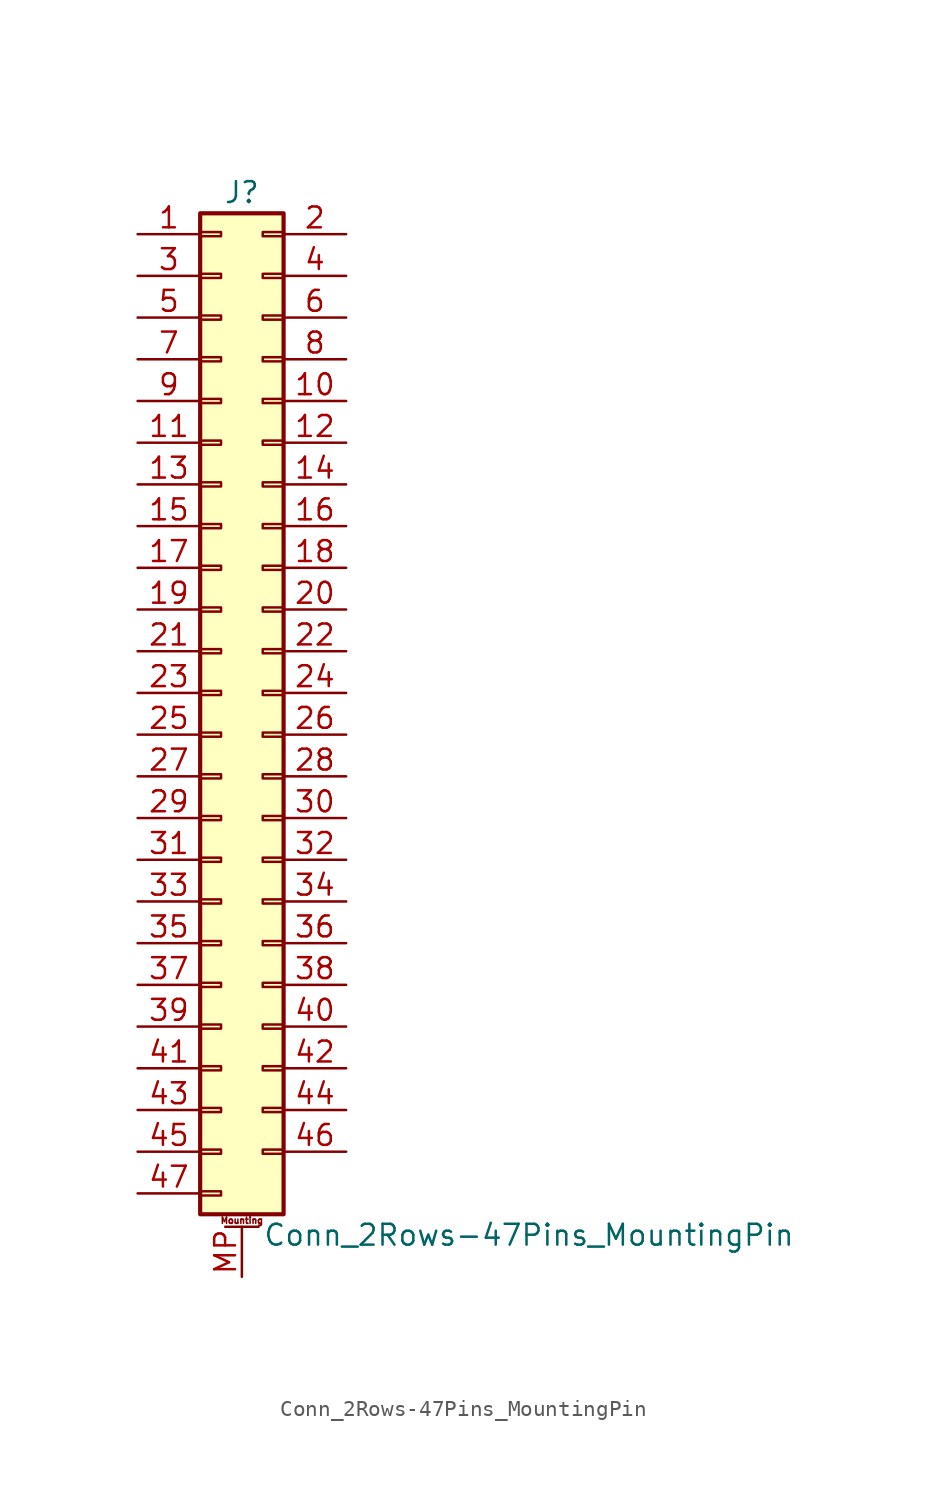
<source format=kicad_sym>
(kicad_symbol_lib
  (version 20201005)
  (generator kicad_symbol_editor)
  (symbol "Connector_Generic_MountingPin:Conn_2Rows-47Pins_MountingPin"
    (pin_names
      (offset 1.016) hide)
    (property "Reference" "J"
      (at 1.27 30.48 0)
      (effects (font (size 1.27 1.27))))
    (property "Value" "Conn_2Rows-47Pins_MountingPin"
      (at 2.54 -33.02 0)
      (effects (font (size 1.27 1.27)) (justify left)))
    (symbol "Conn_2Rows-47Pins_MountingPin_1_1"
      (text "Mounting" (at 1.27 -32.131 0) (effects (font (size 0.381 0.381))))
      (rectangle (start -1.27 -27.813) (end 0 -28.067) (stroke (width 0.152)) (fill (type none)))
      (rectangle (start -1.27 -30.353) (end 0 -30.607) (stroke (width 0.152)) (fill (type none)))
      (rectangle (start -1.27 -4.953) (end 0 -5.207) (stroke (width 0.152)) (fill (type none)))
      (rectangle (start -1.27 -7.493) (end 0 -7.747) (stroke (width 0.152)) (fill (type none)))
      (rectangle (start -1.27 -10.033) (end 0 -10.287) (stroke (width 0.152)) (fill (type none)))
      (rectangle (start -1.27 -12.573) (end 0 -12.827) (stroke (width 0.152)) (fill (type none)))
      (rectangle (start -1.27 -15.113) (end 0 -15.367) (stroke (width 0.152)) (fill (type none)))
      (rectangle (start -1.27 -17.653) (end 0 -17.907) (stroke (width 0.152)) (fill (type none)))
      (rectangle (start -1.27 -20.193) (end 0 -20.447) (stroke (width 0.152)) (fill (type none)))
      (rectangle (start -1.27 -22.733) (end 0 -22.987) (stroke (width 0.152)) (fill (type none)))
      (rectangle (start -1.27 -2.413) (end 0 -2.667) (stroke (width 0.152)) (fill (type none)))
      (rectangle (start -1.27 -25.273) (end 0 -25.527) (stroke (width 0.152)) (fill (type none)))
      (rectangle (start -1.27 25.527) (end 0 25.273) (stroke (width 0.152)) (fill (type none)))
      (rectangle (start -1.27 2.667) (end 0 2.413) (stroke (width 0.152)) (fill (type none)))
      (rectangle (start -1.27 28.067) (end 0 27.813) (stroke (width 0.152)) (fill (type none)))
      (rectangle (start -1.27 29.21) (end 3.81 -31.75) (stroke (width 0.254)) (fill (type background)))
      (rectangle (start -1.27 5.207) (end 0 4.953) (stroke (width 0.152)) (fill (type none)))
      (rectangle (start -1.27 7.747) (end 0 7.493) (stroke (width 0.152)) (fill (type none)))
      (rectangle (start -1.27 10.287) (end 0 10.033) (stroke (width 0.152)) (fill (type none)))
      (rectangle (start -1.27 0.127) (end 0 -0.127) (stroke (width 0.152)) (fill (type none)))
      (rectangle (start -1.27 12.827) (end 0 12.573) (stroke (width 0.152)) (fill (type none)))
      (rectangle (start -1.27 15.367) (end 0 15.113) (stroke (width 0.152)) (fill (type none)))
      (rectangle (start -1.27 17.907) (end 0 17.653) (stroke (width 0.152)) (fill (type none)))
      (rectangle (start -1.27 20.447) (end 0 20.193) (stroke (width 0.152)) (fill (type none)))
      (rectangle (start -1.27 22.987) (end 0 22.733) (stroke (width 0.152)) (fill (type none)))
      (rectangle (start 3.81 -27.813) (end 2.54 -28.067) (stroke (width 0.152)) (fill (type none)))
      (rectangle (start 3.81 -4.953) (end 2.54 -5.207) (stroke (width 0.152)) (fill (type none)))
      (rectangle (start 3.81 -7.493) (end 2.54 -7.747) (stroke (width 0.152)) (fill (type none)))
      (rectangle (start 3.81 -10.033) (end 2.54 -10.287) (stroke (width 0.152)) (fill (type none)))
      (rectangle (start 3.81 -12.573) (end 2.54 -12.827) (stroke (width 0.152)) (fill (type none)))
      (rectangle (start 3.81 -15.113) (end 2.54 -15.367) (stroke (width 0.152)) (fill (type none)))
      (rectangle (start 3.81 -17.653) (end 2.54 -17.907) (stroke (width 0.152)) (fill (type none)))
      (rectangle (start 3.81 -20.193) (end 2.54 -20.447) (stroke (width 0.152)) (fill (type none)))
      (rectangle (start 3.81 -22.733) (end 2.54 -22.987) (stroke (width 0.152)) (fill (type none)))
      (rectangle (start 3.81 -2.413) (end 2.54 -2.667) (stroke (width 0.152)) (fill (type none)))
      (rectangle (start 3.81 -25.273) (end 2.54 -25.527) (stroke (width 0.152)) (fill (type none)))
      (rectangle (start 3.81 25.527) (end 2.54 25.273) (stroke (width 0.152)) (fill (type none)))
      (rectangle (start 3.81 2.667) (end 2.54 2.413) (stroke (width 0.152)) (fill (type none)))
      (rectangle (start 3.81 28.067) (end 2.54 27.813) (stroke (width 0.152)) (fill (type none)))
      (rectangle (start 3.81 5.207) (end 2.54 4.953) (stroke (width 0.152)) (fill (type none)))
      (rectangle (start 3.81 7.747) (end 2.54 7.493) (stroke (width 0.152)) (fill (type none)))
      (rectangle (start 3.81 10.287) (end 2.54 10.033) (stroke (width 0.152)) (fill (type none)))
      (rectangle (start 3.81 0.127) (end 2.54 -0.127) (stroke (width 0.152)) (fill (type none)))
      (rectangle (start 3.81 12.827) (end 2.54 12.573) (stroke (width 0.152)) (fill (type none)))
      (rectangle (start 3.81 15.367) (end 2.54 15.113) (stroke (width 0.152)) (fill (type none)))
      (rectangle (start 3.81 17.907) (end 2.54 17.653) (stroke (width 0.152)) (fill (type none)))
      (rectangle (start 3.81 20.447) (end 2.54 20.193) (stroke (width 0.152)) (fill (type none)))
      (rectangle (start 3.81 22.987) (end 2.54 22.733) (stroke (width 0.152)) (fill (type none)))
      (polyline (pts (xy 0.254 -32.512) (xy 2.286 -32.512)) (stroke (width 0.152)) (fill (type none)))
      (pin passive line (at 1.27 -35.56 90) (length 3.048) (name "MountPin" (effects (font (size 1.27 1.27)))) (number "MP" (effects (font (size 1.27 1.27)))))
      (pin passive line (at -5.08 27.94 0) (length 3.81) (name "Pin_1" (effects (font (size 1.27 1.27)))) (number "1" (effects (font (size 1.27 1.27)))))
      (pin passive line (at 7.62 17.78 180) (length 3.81) (name "Pin_10" (effects (font (size 1.27 1.27)))) (number "10" (effects (font (size 1.27 1.27)))))
      (pin passive line (at -5.08 15.24 0) (length 3.81) (name "Pin_11" (effects (font (size 1.27 1.27)))) (number "11" (effects (font (size 1.27 1.27)))))
      (pin passive line (at 7.62 15.24 180) (length 3.81) (name "Pin_12" (effects (font (size 1.27 1.27)))) (number "12" (effects (font (size 1.27 1.27)))))
      (pin passive line (at -5.08 12.7 0) (length 3.81) (name "Pin_13" (effects (font (size 1.27 1.27)))) (number "13" (effects (font (size 1.27 1.27)))))
      (pin passive line (at 7.62 12.7 180) (length 3.81) (name "Pin_14" (effects (font (size 1.27 1.27)))) (number "14" (effects (font (size 1.27 1.27)))))
      (pin passive line (at -5.08 10.16 0) (length 3.81) (name "Pin_15" (effects (font (size 1.27 1.27)))) (number "15" (effects (font (size 1.27 1.27)))))
      (pin passive line (at 7.62 10.16 180) (length 3.81) (name "Pin_16" (effects (font (size 1.27 1.27)))) (number "16" (effects (font (size 1.27 1.27)))))
      (pin passive line (at -5.08 7.62 0) (length 3.81) (name "Pin_17" (effects (font (size 1.27 1.27)))) (number "17" (effects (font (size 1.27 1.27)))))
      (pin passive line (at 7.62 7.62 180) (length 3.81) (name "Pin_18" (effects (font (size 1.27 1.27)))) (number "18" (effects (font (size 1.27 1.27)))))
      (pin passive line (at -5.08 5.08 0) (length 3.81) (name "Pin_19" (effects (font (size 1.27 1.27)))) (number "19" (effects (font (size 1.27 1.27)))))
      (pin passive line (at 7.62 27.94 180) (length 3.81) (name "Pin_2" (effects (font (size 1.27 1.27)))) (number "2" (effects (font (size 1.27 1.27)))))
      (pin passive line (at 7.62 5.08 180) (length 3.81) (name "Pin_20" (effects (font (size 1.27 1.27)))) (number "20" (effects (font (size 1.27 1.27)))))
      (pin passive line (at -5.08 2.54 0) (length 3.81) (name "Pin_21" (effects (font (size 1.27 1.27)))) (number "21" (effects (font (size 1.27 1.27)))))
      (pin passive line (at 7.62 2.54 180) (length 3.81) (name "Pin_22" (effects (font (size 1.27 1.27)))) (number "22" (effects (font (size 1.27 1.27)))))
      (pin passive line (at -5.08 0 0) (length 3.81) (name "Pin_23" (effects (font (size 1.27 1.27)))) (number "23" (effects (font (size 1.27 1.27)))))
      (pin passive line (at 7.62 0 180) (length 3.81) (name "Pin_24" (effects (font (size 1.27 1.27)))) (number "24" (effects (font (size 1.27 1.27)))))
      (pin passive line (at -5.08 -2.54 0) (length 3.81) (name "Pin_25" (effects (font (size 1.27 1.27)))) (number "25" (effects (font (size 1.27 1.27)))))
      (pin passive line (at 7.62 -2.54 180) (length 3.81) (name "Pin_26" (effects (font (size 1.27 1.27)))) (number "26" (effects (font (size 1.27 1.27)))))
      (pin passive line (at -5.08 -5.08 0) (length 3.81) (name "Pin_27" (effects (font (size 1.27 1.27)))) (number "27" (effects (font (size 1.27 1.27)))))
      (pin passive line (at 7.62 -5.08 180) (length 3.81) (name "Pin_28" (effects (font (size 1.27 1.27)))) (number "28" (effects (font (size 1.27 1.27)))))
      (pin passive line (at -5.08 -7.62 0) (length 3.81) (name "Pin_29" (effects (font (size 1.27 1.27)))) (number "29" (effects (font (size 1.27 1.27)))))
      (pin passive line (at -5.08 25.4 0) (length 3.81) (name "Pin_3" (effects (font (size 1.27 1.27)))) (number "3" (effects (font (size 1.27 1.27)))))
      (pin passive line (at 7.62 -7.62 180) (length 3.81) (name "Pin_30" (effects (font (size 1.27 1.27)))) (number "30" (effects (font (size 1.27 1.27)))))
      (pin passive line (at -5.08 -10.16 0) (length 3.81) (name "Pin_31" (effects (font (size 1.27 1.27)))) (number "31" (effects (font (size 1.27 1.27)))))
      (pin passive line (at 7.62 -10.16 180) (length 3.81) (name "Pin_32" (effects (font (size 1.27 1.27)))) (number "32" (effects (font (size 1.27 1.27)))))
      (pin passive line (at -5.08 -12.7 0) (length 3.81) (name "Pin_33" (effects (font (size 1.27 1.27)))) (number "33" (effects (font (size 1.27 1.27)))))
      (pin passive line (at 7.62 -12.7 180) (length 3.81) (name "Pin_34" (effects (font (size 1.27 1.27)))) (number "34" (effects (font (size 1.27 1.27)))))
      (pin passive line (at -5.08 -15.24 0) (length 3.81) (name "Pin_35" (effects (font (size 1.27 1.27)))) (number "35" (effects (font (size 1.27 1.27)))))
      (pin passive line (at 7.62 -15.24 180) (length 3.81) (name "Pin_36" (effects (font (size 1.27 1.27)))) (number "36" (effects (font (size 1.27 1.27)))))
      (pin passive line (at -5.08 -17.78 0) (length 3.81) (name "Pin_37" (effects (font (size 1.27 1.27)))) (number "37" (effects (font (size 1.27 1.27)))))
      (pin passive line (at 7.62 -17.78 180) (length 3.81) (name "Pin_38" (effects (font (size 1.27 1.27)))) (number "38" (effects (font (size 1.27 1.27)))))
      (pin passive line (at -5.08 -20.32 0) (length 3.81) (name "Pin_39" (effects (font (size 1.27 1.27)))) (number "39" (effects (font (size 1.27 1.27)))))
      (pin passive line (at 7.62 25.4 180) (length 3.81) (name "Pin_4" (effects (font (size 1.27 1.27)))) (number "4" (effects (font (size 1.27 1.27)))))
      (pin passive line (at 7.62 -20.32 180) (length 3.81) (name "Pin_40" (effects (font (size 1.27 1.27)))) (number "40" (effects (font (size 1.27 1.27)))))
      (pin passive line (at -5.08 -22.86 0) (length 3.81) (name "Pin_41" (effects (font (size 1.27 1.27)))) (number "41" (effects (font (size 1.27 1.27)))))
      (pin passive line (at 7.62 -22.86 180) (length 3.81) (name "Pin_42" (effects (font (size 1.27 1.27)))) (number "42" (effects (font (size 1.27 1.27)))))
      (pin passive line (at -5.08 -25.4 0) (length 3.81) (name "Pin_43" (effects (font (size 1.27 1.27)))) (number "43" (effects (font (size 1.27 1.27)))))
      (pin passive line (at 7.62 -25.4 180) (length 3.81) (name "Pin_44" (effects (font (size 1.27 1.27)))) (number "44" (effects (font (size 1.27 1.27)))))
      (pin passive line (at -5.08 -27.94 0) (length 3.81) (name "Pin_45" (effects (font (size 1.27 1.27)))) (number "45" (effects (font (size 1.27 1.27)))))
      (pin passive line (at 7.62 -27.94 180) (length 3.81) (name "Pin_46" (effects (font (size 1.27 1.27)))) (number "46" (effects (font (size 1.27 1.27)))))
      (pin passive line (at -5.08 -30.48 0) (length 3.81) (name "Pin_47" (effects (font (size 1.27 1.27)))) (number "47" (effects (font (size 1.27 1.27)))))
      (pin passive line (at -5.08 22.86 0) (length 3.81) (name "Pin_5" (effects (font (size 1.27 1.27)))) (number "5" (effects (font (size 1.27 1.27)))))
      (pin passive line (at 7.62 22.86 180) (length 3.81) (name "Pin_6" (effects (font (size 1.27 1.27)))) (number "6" (effects (font (size 1.27 1.27)))))
      (pin passive line (at -5.08 20.32 0) (length 3.81) (name "Pin_7" (effects (font (size 1.27 1.27)))) (number "7" (effects (font (size 1.27 1.27)))))
      (pin passive line (at 7.62 20.32 180) (length 3.81) (name "Pin_8" (effects (font (size 1.27 1.27)))) (number "8" (effects (font (size 1.27 1.27)))))
      (pin passive line (at -5.08 17.78 0) (length 3.81) (name "Pin_9" (effects (font (size 1.27 1.27)))) (number "9" (effects (font (size 1.27 1.27))))))))
</source>
